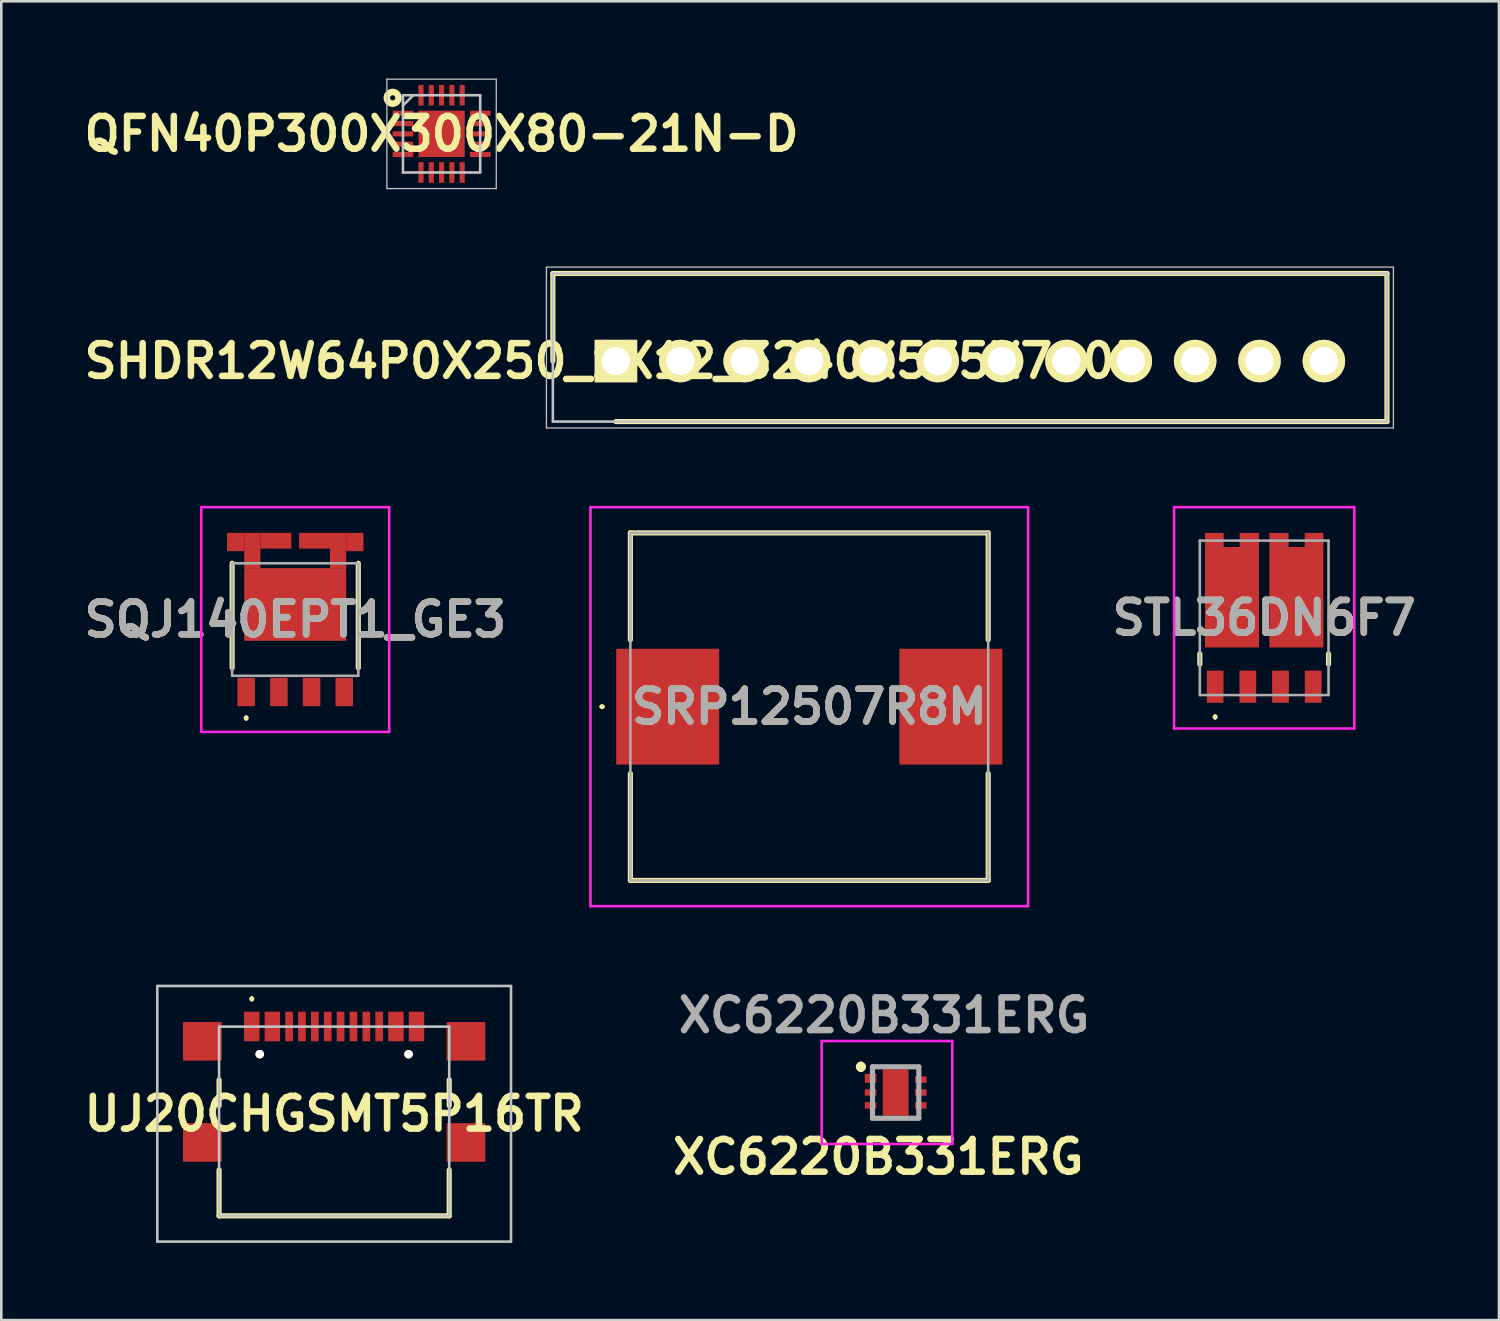
<source format=kicad_pcb>
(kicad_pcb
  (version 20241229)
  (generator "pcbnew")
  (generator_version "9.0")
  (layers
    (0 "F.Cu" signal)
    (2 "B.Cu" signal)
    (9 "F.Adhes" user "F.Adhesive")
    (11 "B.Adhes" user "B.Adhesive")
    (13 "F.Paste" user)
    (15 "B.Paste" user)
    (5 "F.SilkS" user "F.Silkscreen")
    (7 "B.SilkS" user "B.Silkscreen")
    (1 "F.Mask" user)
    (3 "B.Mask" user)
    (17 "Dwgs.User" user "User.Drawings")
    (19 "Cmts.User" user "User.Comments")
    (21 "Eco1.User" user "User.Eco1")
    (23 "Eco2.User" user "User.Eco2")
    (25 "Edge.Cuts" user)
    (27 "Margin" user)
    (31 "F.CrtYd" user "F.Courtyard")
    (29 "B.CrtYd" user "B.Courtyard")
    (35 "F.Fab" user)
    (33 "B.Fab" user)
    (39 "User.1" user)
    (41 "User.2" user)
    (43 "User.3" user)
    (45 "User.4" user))
  (footprint "SQJ140EPT1_GE3"
    (layer "F.Cu")
    (at 8.418 20.893)
    (property "Reference" "SQJ140EPT1_GE3" (at 0 0.122 0) (layer "F.SilkS") (effects (font (size 1.27 1.27) (thickness 0.254))))
    (attr smd)
    (fp_line (start -2.45 -2.062) (end -2.45 2) (stroke (width 0.2) (type solid)) (layer "F.SilkS"))
    (fp_line (start -1.905 3.9) (end -1.905 3.9) (stroke (width 0.1) (type solid)) (layer "F.SilkS"))
    (fp_line (start -1.905 4) (end -1.905 4) (stroke (width 0.1) (type solid)) (layer "F.SilkS"))
    (fp_line (start 2.45 -2.062) (end 2.45 2) (stroke (width 0.2) (type solid)) (layer "F.SilkS"))
    (fp_arc (start -1.905 3.9) (mid -1.855 3.95) (end -1.905 4) (stroke (width 0.1) (type solid)) (layer "F.SilkS"))
    (fp_arc (start -1.905 4) (mid -1.955 3.95) (end -1.905 3.9) (stroke (width 0.1) (type solid)) (layer "F.SilkS"))
    (fp_line (start -3.65 -4.243) (end 3.65 -4.243) (stroke (width 0.1) (type solid)) (layer "F.CrtYd"))
    (fp_line (start -3.65 4.488) (end -3.65 -4.243) (stroke (width 0.1) (type solid)) (layer "F.CrtYd"))
    (fp_line (start 3.65 -4.243) (end 3.65 4.488) (stroke (width 0.1) (type solid)) (layer "F.CrtYd"))
    (fp_line (start 3.65 4.488) (end -3.65 4.488) (stroke (width 0.1) (type solid)) (layer "F.CrtYd"))
    (fp_line (start -2.45 -2.062) (end 2.45 -2.062) (stroke (width 0.1) (type solid)) (layer "F.Fab"))
    (fp_line (start -2.45 2.308) (end -2.45 -2.062) (stroke (width 0.1) (type solid)) (layer "F.Fab"))
    (fp_line (start 2.45 -2.062) (end 2.45 2.308) (stroke (width 0.1) (type solid)) (layer "F.Fab"))
    (fp_line (start 2.45 2.308) (end -2.45 2.308) (stroke (width 0.1) (type solid)) (layer "F.Fab"))
    (fp_text user "${REFERENCE}" (at 0 0.122 0) (layer "F.Fab") (effects (font (size 1.27 1.27) (thickness 0.254))))
    (pad "1" smd rect (at -1.905 2.938) (size 0.68 1.1) (layers "F.Cu" "F.Mask" "F.Paste"))
    (pad "2" smd rect (at -0.635 2.938) (size 0.68 1.1) (layers "F.Cu" "F.Mask" "F.Paste"))
    (pad "3" smd rect (at 0.635 2.938) (size 0.68 1.1) (layers "F.Cu" "F.Mask" "F.Paste"))
    (pad "4" smd rect (at 1.905 2.938) (size 0.68 1.1) (layers "F.Cu" "F.Mask" "F.Paste"))
    (pad "5" smd rect (at 2.315 -2.888) (size 0.67 0.71) (layers "F.Cu" "F.Mask" "F.Paste"))
    (pad "6" smd rect (at 1.665 -2.558) (size 0.63 1.37) (layers "F.Cu" "F.Mask" "F.Paste"))
    (pad "7" smd rect (at 0.75 -2.938 90) (size 0.61 1.2) (layers "F.Cu" "F.Mask" "F.Paste"))
    (pad "8" smd rect (at -0.75 -2.938 90) (size 0.61 1.2) (layers "F.Cu" "F.Mask" "F.Paste"))
    (pad "9" smd rect (at -1.665 -2.558) (size 0.63 1.37) (layers "F.Cu" "F.Mask" "F.Paste"))
    (pad "10" smd rect (at -2.315 -2.888) (size 0.67 0.71) (layers "F.Cu" "F.Mask" "F.Paste"))
    (pad "11" smd rect (at 0 -0.462 90) (size 2.82 3.96) (layers "F.Cu" "F.Mask" "F.Paste")))
  (footprint "SHDR12W64P0X250_1X12_3240X575X700P"
    (layer "F.Cu")
    (at 20.876 10.975)
    (property "Reference" "SHDR12W64P0X250_1X12_3240X575X700P" (at 0 0 0) (layer "F.SilkS") (effects (font (size 1.27 1.27) (thickness 0.254))))
    (attr through_hole exclude_from_pos_files)
    (fp_line (start -2.45 -3.4) (end -2.45 0) (stroke (width 0.2) (type solid)) (layer "F.SilkS"))
    (fp_line (start 0 2.35) (end 29.95 2.35) (stroke (width 0.2) (type solid)) (layer "F.SilkS"))
    (fp_line (start 29.95 -3.4) (end -2.45 -3.4) (stroke (width 0.2) (type solid)) (layer "F.SilkS"))
    (fp_line (start 29.95 2.35) (end 29.95 -3.4) (stroke (width 0.2) (type solid)) (layer "F.SilkS"))
    (fp_line (start -2.7 -3.65) (end 30.2 -3.65) (stroke (width 0.05) (type solid)) (layer "Dwgs.User"))
    (fp_line (start -2.7 2.6) (end -2.7 -3.65) (stroke (width 0.05) (type solid)) (layer "Dwgs.User"))
    (fp_line (start -2.45 -3.4) (end 29.95 -3.4) (stroke (width 0.1) (type solid)) (layer "Dwgs.User"))
    (fp_line (start -2.45 2.35) (end -2.45 -3.4) (stroke (width 0.1) (type solid)) (layer "Dwgs.User"))
    (fp_line (start 29.95 -3.4) (end 29.95 2.35) (stroke (width 0.1) (type solid)) (layer "Dwgs.User"))
    (fp_line (start 29.95 2.35) (end -2.45 2.35) (stroke (width 0.1) (type solid)) (layer "Dwgs.User"))
    (fp_line (start 30.2 -3.65) (end 30.2 2.6) (stroke (width 0.05) (type solid)) (layer "Dwgs.User"))
    (fp_line (start 30.2 2.6) (end -2.7 2.6) (stroke (width 0.05) (type solid)) (layer "Dwgs.User"))
    (pad "1" thru_hole rect (at 0 0 90) (size 1.65 1.65) (drill 1.1) (layers "*.Cu" "*.Mask" "F.SilkS"))
    (pad "2" thru_hole circle (at 2.5 0 90) (size 1.65 1.65) (drill 1.1) (layers "*.Cu" "*.Mask" "F.SilkS"))
    (pad "3" thru_hole circle (at 5 0 90) (size 1.65 1.65) (drill 1.1) (layers "*.Cu" "*.Mask" "F.SilkS"))
    (pad "4" thru_hole circle (at 7.5 0 90) (size 1.65 1.65) (drill 1.1) (layers "*.Cu" "*.Mask" "F.SilkS"))
    (pad "5" thru_hole circle (at 10 0 90) (size 1.65 1.65) (drill 1.1) (layers "*.Cu" "*.Mask" "F.SilkS"))
    (pad "6" thru_hole circle (at 12.5 0 90) (size 1.65 1.65) (drill 1.1) (layers "*.Cu" "*.Mask" "F.SilkS"))
    (pad "7" thru_hole circle (at 15 0 90) (size 1.65 1.65) (drill 1.1) (layers "*.Cu" "*.Mask" "F.SilkS"))
    (pad "8" thru_hole circle (at 17.5 0 90) (size 1.65 1.65) (drill 1.1) (layers "*.Cu" "*.Mask" "F.SilkS"))
    (pad "9" thru_hole circle (at 20 0 90) (size 1.65 1.65) (drill 1.1) (layers "*.Cu" "*.Mask" "F.SilkS"))
    (pad "10" thru_hole circle (at 22.5 0 90) (size 1.65 1.65) (drill 1.1) (layers "*.Cu" "*.Mask" "F.SilkS"))
    (pad "11" thru_hole circle (at 25 0 90) (size 1.65 1.65) (drill 1.1) (layers "*.Cu" "*.Mask" "F.SilkS"))
    (pad "12" thru_hole circle (at 27.5 0 90) (size 1.65 1.65) (drill 1.1) (layers "*.Cu" "*.Mask" "F.SilkS")))
  (footprint "SRP12507R8M"
    (layer "F.Cu")
    (at 28.387 24.4)
    (property "Reference" "SRP12507R8M" (at 0 0 0) (layer "F.SilkS") (effects (font (size 1.27 1.27) (thickness 0.254))))
    (attr smd)
    (fp_line (start -8.1 0) (end -8.1 0) (stroke (width 0.1) (type solid)) (layer "F.SilkS"))
    (fp_line (start -8 0) (end -8 0) (stroke (width 0.1) (type solid)) (layer "F.SilkS"))
    (fp_line (start -6.95 -6.75) (end -6.95 -2.6) (stroke (width 0.2) (type solid)) (layer "F.SilkS"))
    (fp_line (start -6.95 2.6) (end -6.95 6.75) (stroke (width 0.2) (type solid)) (layer "F.SilkS"))
    (fp_line (start -6.95 6.75) (end 6.95 6.75) (stroke (width 0.2) (type solid)) (layer "F.SilkS"))
    (fp_line (start 6.95 -6.75) (end -6.95 -6.75) (stroke (width 0.2) (type solid)) (layer "F.SilkS"))
    (fp_line (start 6.95 -2.6) (end 6.95 -6.75) (stroke (width 0.2) (type solid)) (layer "F.SilkS"))
    (fp_line (start 6.95 6.75) (end 6.95 2.6) (stroke (width 0.2) (type solid)) (layer "F.SilkS"))
    (fp_arc (start -8.1 0) (mid -8.05 -0.05) (end -8 0) (stroke (width 0.1) (type solid)) (layer "F.SilkS"))
    (fp_arc (start -8 0) (mid -8.05 0.05) (end -8.1 0) (stroke (width 0.1) (type solid)) (layer "F.SilkS"))
    (fp_line (start -8.5 -7.75) (end 8.5 -7.75) (stroke (width 0.1) (type solid)) (layer "F.CrtYd"))
    (fp_line (start -8.5 7.75) (end -8.5 -7.75) (stroke (width 0.1) (type solid)) (layer "F.CrtYd"))
    (fp_line (start 8.5 -7.75) (end 8.5 7.75) (stroke (width 0.1) (type solid)) (layer "F.CrtYd"))
    (fp_line (start 8.5 7.75) (end -8.5 7.75) (stroke (width 0.1) (type solid)) (layer "F.CrtYd"))
    (fp_line (start -6.95 -6.75) (end 6.95 -6.75) (stroke (width 0.1) (type solid)) (layer "F.Fab"))
    (fp_line (start -6.95 6.75) (end -6.95 -6.75) (stroke (width 0.1) (type solid)) (layer "F.Fab"))
    (fp_line (start 6.95 -6.75) (end 6.95 6.75) (stroke (width 0.1) (type solid)) (layer "F.Fab"))
    (fp_line (start 6.95 6.75) (end -6.95 6.75) (stroke (width 0.1) (type solid)) (layer "F.Fab"))
    (fp_text user "${REFERENCE}" (at 0 0 0) (layer "F.Fab") (effects (font (size 1.27 1.27) (thickness 0.254))))
    (pad "1" smd rect (at -5.5 0) (size 4 4.5) (layers "F.Cu" "F.Mask" "F.Paste"))
    (pad "2" smd rect (at 5.5 0) (size 4 4.5) (layers "F.Cu" "F.Mask" "F.Paste")))
  (footprint "STL36DN6F7"
    (layer "F.Cu")
    (at 46.057 20.95)
    (property "Reference" "STL36DN6F7" (at 0 0 0) (layer "F.SilkS") (effects (font (size 1.27 1.27) (thickness 0.254))))
    (attr smd)
    (fp_line (start -2.5 1.8) (end -2.5 1.4) (stroke (width 0.2) (type solid)) (layer "F.SilkS"))
    (fp_line (start -1.905 3.8) (end -1.905 3.8) (stroke (width 0.1) (type solid)) (layer "F.SilkS"))
    (fp_line (start -1.905 3.9) (end -1.905 3.9) (stroke (width 0.1) (type solid)) (layer "F.SilkS"))
    (fp_line (start 2.5 1.8) (end 2.5 1.4) (stroke (width 0.2) (type solid)) (layer "F.SilkS"))
    (fp_arc (start -1.905 3.8) (mid -1.855 3.85) (end -1.905 3.9) (stroke (width 0.1) (type solid)) (layer "F.SilkS"))
    (fp_arc (start -1.905 3.9) (mid -1.955 3.85) (end -1.905 3.8) (stroke (width 0.1) (type solid)) (layer "F.SilkS"))
    (fp_line (start -3.5 -4.3) (end 3.5 -4.3) (stroke (width 0.1) (type solid)) (layer "F.CrtYd"))
    (fp_line (start -3.5 4.3) (end -3.5 -4.3) (stroke (width 0.1) (type solid)) (layer "F.CrtYd"))
    (fp_line (start 3.5 -4.3) (end 3.5 4.3) (stroke (width 0.1) (type solid)) (layer "F.CrtYd"))
    (fp_line (start 3.5 4.3) (end -3.5 4.3) (stroke (width 0.1) (type solid)) (layer "F.CrtYd"))
    (fp_line (start -2.5 -3) (end 2.5 -3) (stroke (width 0.1) (type solid)) (layer "F.Fab"))
    (fp_line (start -2.5 3) (end -2.5 -3) (stroke (width 0.1) (type solid)) (layer "F.Fab"))
    (fp_line (start 2.5 -3) (end 2.5 3) (stroke (width 0.1) (type solid)) (layer "F.Fab"))
    (fp_line (start 2.5 3) (end -2.5 3) (stroke (width 0.1) (type solid)) (layer "F.Fab"))
    (fp_text user "${REFERENCE}" (at 0 0 0) (layer "F.Fab") (effects (font (size 1.27 1.27) (thickness 0.254))))
    (pad "1" smd rect (at -1.905 2.675) (size 0.65 1.25) (layers "F.Cu" "F.Mask" "F.Paste"))
    (pad "2" smd rect (at -0.635 2.675) (size 0.65 1.25) (layers "F.Cu" "F.Mask" "F.Paste"))
    (pad "3" smd rect (at 0.635 2.675) (size 0.65 1.25) (layers "F.Cu" "F.Mask" "F.Paste"))
    (pad "4" smd rect (at 1.905 2.675) (size 0.65 1.25) (layers "F.Cu" "F.Mask" "F.Paste"))
    (pad "5" smd rect (at 1.938 -3.025 90) (size 0.55 0.725) (layers "F.Cu" "F.Mask" "F.Paste"))
    (pad "6" smd rect (at 0.575 -3.025 90) (size 0.55 0.75) (layers "F.Cu" "F.Mask" "F.Paste"))
    (pad "7" smd rect (at -0.575 -3.025 90) (size 0.55 0.75) (layers "F.Cu" "F.Mask" "F.Paste"))
    (pad "8" smd rect (at -1.938 -3.025 90) (size 0.55 0.725) (layers "F.Cu" "F.Mask" "F.Paste"))
    (pad "9" smd rect (at -1.25 -0.8) (size 2.1 3.9) (layers "F.Cu" "F.Mask" "F.Paste"))
    (pad "10" smd rect (at 1.25 -0.8) (size 2.1 3.9) (layers "F.Cu" "F.Mask" "F.Paste")))
  (footprint "XC6220B331ERG"
    (layer "F.Cu")
    (at 31.292 39.389)
    (property "Reference" "XC6220B331ERG" (at -0.225 2.5 0) (layer "F.SilkS") (effects (font (size 1.27 1.27) (thickness 0.254))))
    (attr smd)
    (fp_line (start -0.9 -1.1) (end -0.9 -1.1) (stroke (width 0.2) (type solid)) (layer "F.SilkS"))
    (fp_line (start -0.9 -0.9) (end -0.9 -0.9) (stroke (width 0.2) (type solid)) (layer "F.SilkS"))
    (fp_line (start -0.45 0.8) (end -0.45 1) (stroke (width 0.1) (type solid)) (layer "F.SilkS"))
    (fp_line (start -0.45 1) (end -0.225 1) (stroke (width 0.1) (type solid)) (layer "F.SilkS"))
    (fp_line (start 1.175 1) (end 1.375 1) (stroke (width 0.1) (type solid)) (layer "F.SilkS"))
    (fp_line (start 1.375 1) (end 1.375 0.8) (stroke (width 0.1) (type solid)) (layer "F.SilkS"))
    (fp_arc (start -0.9 -1.1) (mid -0.8 -1) (end -0.9 -0.9) (stroke (width 0.2) (type solid)) (layer "F.SilkS"))
    (fp_arc (start -0.9 -0.9) (mid -1 -1) (end -0.9 -1.1) (stroke (width 0.2) (type solid)) (layer "F.SilkS"))
    (fp_line (start -2.425 -2) (end 2.65 -2) (stroke (width 0.1) (type solid)) (layer "F.CrtYd"))
    (fp_line (start -2.425 2) (end -2.425 -2) (stroke (width 0.1) (type solid)) (layer "F.CrtYd"))
    (fp_line (start 2.65 -2) (end 2.65 2) (stroke (width 0.1) (type solid)) (layer "F.CrtYd"))
    (fp_line (start 2.65 2) (end -2.425 2) (stroke (width 0.1) (type solid)) (layer "F.CrtYd"))
    (fp_line (start -0.45 -1) (end 1.35 -1) (stroke (width 0.2) (type solid)) (layer "F.Fab"))
    (fp_line (start -0.45 1) (end -0.45 -1) (stroke (width 0.2) (type solid)) (layer "F.Fab"))
    (fp_line (start 1.35 -1) (end 1.35 1) (stroke (width 0.2) (type solid)) (layer "F.Fab"))
    (fp_line (start 1.35 1) (end -0.45 1) (stroke (width 0.2) (type solid)) (layer "F.Fab"))
    (fp_text user "${REFERENCE}" (at 0 -3 0) (layer "F.Fab") (effects (font (size 1.27 1.27) (thickness 0.254))))
    (pad "1" smd rect (at -0.525 -0.55 90) (size 0.35 0.45) (layers "F.Cu" "F.Mask" "F.Paste"))
    (pad "2" smd rect (at -0.525 0 90) (size 0.25 0.45) (layers "F.Cu" "F.Mask" "F.Paste"))
    (pad "3" smd rect (at -0.525 0.5 90) (size 0.25 0.45) (layers "F.Cu" "F.Mask" "F.Paste"))
    (pad "4" smd rect (at 1.425 0.5 90) (size 0.25 0.45) (layers "F.Cu" "F.Mask" "F.Paste"))
    (pad "5" smd rect (at 1.425 0 90) (size 0.25 0.45) (layers "F.Cu" "F.Mask" "F.Paste"))
    (pad "6" smd rect (at 1.425 -0.5 90) (size 0.25 0.45) (layers "F.Cu" "F.Mask" "F.Paste"))
    (pad "7" smd rect (at 0.45 0) (size 1 1.8) (layers "F.Cu" "F.Mask" "F.Paste")))
  (footprint "UJ20CHGSMT5P16TR"
    (layer "F.Cu")
    (at 9.93 40.502)
    (property "Reference" "UJ20CHGSMT5P16TR" (at 0 -0.287 0) (layer "F.SilkS") (effects (font (size 1.27 1.27) (thickness 0.254))))
    (attr through_hole exclude_from_pos_files)
    (fp_line (start -4.47 -1.603) (end -4.47 -0.603) (stroke (width 0.2) (type solid)) (layer "F.SilkS"))
    (fp_line (start -4.47 1.897) (end -4.47 3.678) (stroke (width 0.2) (type solid)) (layer "F.SilkS"))
    (fp_line (start -4.47 3.678) (end 4.47 3.678) (stroke (width 0.2) (type solid)) (layer "F.SilkS"))
    (fp_line (start -3.2 -4.8) (end -3.2 -4.8) (stroke (width 0.1) (type solid)) (layer "F.SilkS"))
    (fp_line (start -3.2 -4.7) (end -3.2 -4.7) (stroke (width 0.1) (type solid)) (layer "F.SilkS"))
    (fp_line (start 4.47 -1.603) (end 4.47 -0.603) (stroke (width 0.2) (type solid)) (layer "F.SilkS"))
    (fp_line (start 4.47 3.678) (end 4.47 1.897) (stroke (width 0.2) (type solid)) (layer "F.SilkS"))
    (fp_arc (start -3.2 -4.8) (mid -3.15 -4.75) (end -3.2 -4.7) (stroke (width 0.1) (type solid)) (layer "F.SilkS"))
    (fp_arc (start -3.2 -4.7) (mid -3.25 -4.75) (end -3.2 -4.8) (stroke (width 0.1) (type solid)) (layer "F.SilkS"))
    (fp_line (start -6.87 -5.252) (end 6.87 -5.252) (stroke (width 0.1) (type solid)) (layer "Dwgs.User"))
    (fp_line (start -6.87 4.678) (end -6.87 -5.252) (stroke (width 0.1) (type solid)) (layer "Dwgs.User"))
    (fp_line (start -4.47 -3.673) (end 4.47 -3.673) (stroke (width 0.1) (type solid)) (layer "Dwgs.User"))
    (fp_line (start -4.47 3.678) (end -4.47 -3.673) (stroke (width 0.1) (type solid)) (layer "Dwgs.User"))
    (fp_line (start 4.47 -3.673) (end 4.47 3.678) (stroke (width 0.1) (type solid)) (layer "Dwgs.User"))
    (fp_line (start 4.47 3.678) (end -4.47 3.678) (stroke (width 0.1) (type solid)) (layer "Dwgs.User"))
    (fp_line (start 6.87 -5.252) (end 6.87 4.678) (stroke (width 0.1) (type solid)) (layer "Dwgs.User"))
    (fp_line (start 6.87 4.678) (end -6.87 4.678) (stroke (width 0.1) (type solid)) (layer "Dwgs.User"))
    (pad "A1" smd rect (at -3.2 -3.678) (size 0.6 1.15) (layers "F.Cu" "F.Mask" "F.Paste"))
    (pad "A4" smd rect (at -2.4 -3.678) (size 0.6 1.15) (layers "F.Cu" "F.Mask" "F.Paste"))
    (pad "A5" smd rect (at -1.25 -3.678) (size 0.3 1.15) (layers "F.Cu" "F.Mask" "F.Paste"))
    (pad "A6" smd rect (at -0.25 -3.678) (size 0.3 1.15) (layers "F.Cu" "F.Mask" "F.Paste"))
    (pad "A7" smd rect (at 0.25 -3.678) (size 0.3 1.15) (layers "F.Cu" "F.Mask" "F.Paste"))
    (pad "A8" smd rect (at 1.25 -3.678) (size 0.3 1.15) (layers "F.Cu" "F.Mask" "F.Paste"))
    (pad "B1" smd rect (at 3.2 -3.678) (size 0.6 1.15) (layers "F.Cu" "F.Mask" "F.Paste"))
    (pad "B4" smd rect (at 2.4 -3.678) (size 0.6 1.15) (layers "F.Cu" "F.Mask" "F.Paste"))
    (pad "B5" smd rect (at 1.75 -3.678) (size 0.3 1.15) (layers "F.Cu" "F.Mask" "F.Paste"))
    (pad "B6" smd rect (at 0.75 -3.678) (size 0.3 1.15) (layers "F.Cu" "F.Mask" "F.Paste"))
    (pad "B7" smd rect (at -0.75 -3.678) (size 0.3 1.15) (layers "F.Cu" "F.Mask" "F.Paste"))
    (pad "B8" smd rect (at -1.75 -3.678) (size 0.3 1.15) (layers "F.Cu" "F.Mask" "F.Paste"))
    (pad "MH1" thru_hole circle (at -2.89 -2.603 90) (size 0.325 0.325) (drill 0.65) (layers "*.Cu" "*.Mask" "F.SilkS"))
    (pad "MH2" thru_hole circle (at 2.89 -2.603 90) (size 0.325 0.325) (drill 0.65) (layers "*.Cu" "*.Mask" "F.SilkS"))
    (pad "MP1" smd rect (at -5.12 -3.103) (size 1.5 1.5) (layers "F.Cu" "F.Mask" "F.Paste"))
    (pad "MP2" smd rect (at 5.12 -3.103) (size 1.5 1.5) (layers "F.Cu" "F.Mask" "F.Paste"))
    (pad "MP3" smd rect (at -5.12 0.827) (size 1.5 1.5) (layers "F.Cu" "F.Mask" "F.Paste"))
    (pad "MP4" smd rect (at 5.12 0.827) (size 1.5 1.5) (layers "F.Cu" "F.Mask" "F.Paste")))
  (footprint "QFN40P300X300X80-21N-D"
    (layer "F.Cu")
    (at 14.103 2.15)
    (property "Reference" "QFN40P300X300X80-21N-D" (at 0 0 0) (layer "F.SilkS") (effects (font (size 1.27 1.27) (thickness 0.254))))
    (attr smd)
    (fp_circle (center -1.9 -1.4) (end -1.8 -1.4) (stroke (width 0.254) (type solid)) (fill no) (layer "F.SilkS"))
    (fp_line (start -2.125 -2.125) (end 2.125 -2.125) (stroke (width 0.05) (type solid)) (layer "Dwgs.User"))
    (fp_line (start -2.125 2.125) (end -2.125 -2.125) (stroke (width 0.05) (type solid)) (layer "Dwgs.User"))
    (fp_line (start -1.5 -1.5) (end 1.5 -1.5) (stroke (width 0.1) (type solid)) (layer "Dwgs.User"))
    (fp_line (start -1.5 -1.1) (end -1.1 -1.5) (stroke (width 0.1) (type solid)) (layer "Dwgs.User"))
    (fp_line (start -1.5 1.5) (end -1.5 -1.5) (stroke (width 0.1) (type solid)) (layer "Dwgs.User"))
    (fp_line (start 1.5 -1.5) (end 1.5 1.5) (stroke (width 0.1) (type solid)) (layer "Dwgs.User"))
    (fp_line (start 1.5 1.5) (end -1.5 1.5) (stroke (width 0.1) (type solid)) (layer "Dwgs.User"))
    (fp_line (start 2.125 -2.125) (end 2.125 2.125) (stroke (width 0.05) (type solid)) (layer "Dwgs.User"))
    (fp_line (start 2.125 2.125) (end -2.125 2.125) (stroke (width 0.05) (type solid)) (layer "Dwgs.User"))
    (pad "1" smd rect (at -1.5 -0.8 90) (size 0.2 0.8) (layers "F.Cu" "F.Mask" "F.Paste"))
    (pad "2" smd rect (at -1.5 -0.4 90) (size 0.2 0.8) (layers "F.Cu" "F.Mask" "F.Paste"))
    (pad "3" smd rect (at -1.5 0 90) (size 0.2 0.8) (layers "F.Cu" "F.Mask" "F.Paste"))
    (pad "4" smd rect (at -1.5 0.4 90) (size 0.2 0.8) (layers "F.Cu" "F.Mask" "F.Paste"))
    (pad "5" smd rect (at -1.5 0.8 90) (size 0.2 0.8) (layers "F.Cu" "F.Mask" "F.Paste"))
    (pad "6" smd rect (at -0.8 1.5) (size 0.2 0.8) (layers "F.Cu" "F.Mask" "F.Paste"))
    (pad "7" smd rect (at -0.4 1.5) (size 0.2 0.8) (layers "F.Cu" "F.Mask" "F.Paste"))
    (pad "8" smd rect (at 0 1.5) (size 0.2 0.8) (layers "F.Cu" "F.Mask" "F.Paste"))
    (pad "9" smd rect (at 0.4 1.5) (size 0.2 0.8) (layers "F.Cu" "F.Mask" "F.Paste"))
    (pad "10" smd rect (at 0.8 1.5) (size 0.2 0.8) (layers "F.Cu" "F.Mask" "F.Paste"))
    (pad "11" smd rect (at 1.5 0.8 90) (size 0.2 0.8) (layers "F.Cu" "F.Mask" "F.Paste"))
    (pad "12" smd rect (at 1.5 0.4 90) (size 0.2 0.8) (layers "F.Cu" "F.Mask" "F.Paste"))
    (pad "13" smd rect (at 1.5 0 90) (size 0.2 0.8) (layers "F.Cu" "F.Mask" "F.Paste"))
    (pad "14" smd rect (at 1.5 -0.4 90) (size 0.2 0.8) (layers "F.Cu" "F.Mask" "F.Paste"))
    (pad "15" smd rect (at 1.5 -0.8 90) (size 0.2 0.8) (layers "F.Cu" "F.Mask" "F.Paste"))
    (pad "16" smd rect (at 0.8 -1.5) (size 0.2 0.8) (layers "F.Cu" "F.Mask" "F.Paste"))
    (pad "17" smd rect (at 0.4 -1.5) (size 0.2 0.8) (layers "F.Cu" "F.Mask" "F.Paste"))
    (pad "18" smd rect (at 0 -1.5) (size 0.2 0.8) (layers "F.Cu" "F.Mask" "F.Paste"))
    (pad "19" smd rect (at -0.4 -1.5) (size 0.2 0.8) (layers "F.Cu" "F.Mask" "F.Paste"))
    (pad "20" smd rect (at -0.8 -1.5) (size 0.2 0.8) (layers "F.Cu" "F.Mask" "F.Paste"))
    (pad "21" smd rect (at 0 0) (size 1.8 1.8) (layers "F.Cu" "F.Mask" "F.Paste")))
  (gr_rect
    (start -3 -3)
    (end 55.177 48.23)
    (stroke (width 0.1) (type default))
    (fill no)
    (layer "Edge.Cuts")))
</source>
